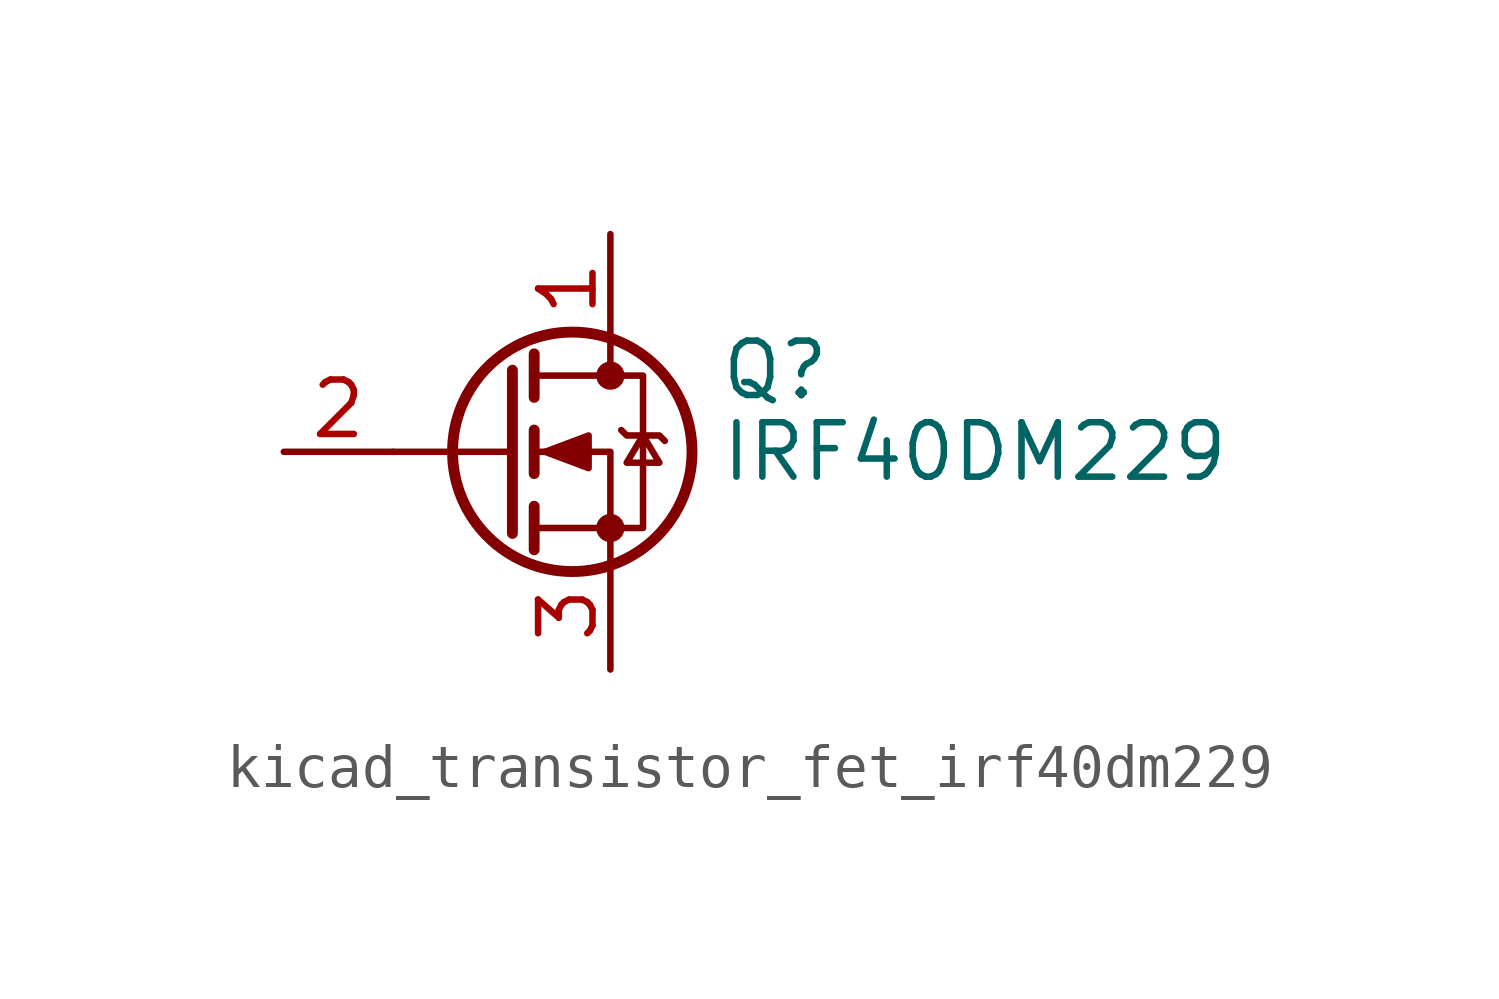
<source format=kicad_sym>
(kicad_symbol_lib
  (version 20220914)
  (generator kicad_symbol_editor)
  (symbol "kicad_transistor_fet_irf40dm229"
    (pin_names hide)
    (property "Reference" "Q"
      (at 5.08 1.905 0)
      (effects (font (size 1.27 1.27)) (justify left)))
    (property "Value" "IRF40DM229"
      (at 5.08 0 0)
      (effects (font (size 1.27 1.27)) (justify left)))
    (symbol "kicad_transistor_fet_irf40dm229_0_1"
      (polyline (pts (xy 0.254 0) (xy -2.54 0)) (stroke (width 0) (type default)) (fill (type none)))
      (polyline (pts (xy 0.254 1.905) (xy 0.254 -1.905)) (stroke (width 0.254) (type default)) (fill (type none)))
      (polyline (pts (xy 0.762 -1.27) (xy 0.762 -2.286)) (stroke (width 0.254) (type default)) (fill (type none)))
      (polyline (pts (xy 0.762 0.508) (xy 0.762 -0.508)) (stroke (width 0.254) (type default)) (fill (type none)))
      (polyline (pts (xy 0.762 2.286) (xy 0.762 1.27)) (stroke (width 0.254) (type default)) (fill (type none)))
      (polyline (pts (xy 2.54 2.54) (xy 2.54 1.778)) (stroke (width 0) (type default)) (fill (type none)))
      (polyline (pts (xy 2.54 -2.54) (xy 2.54 0) (xy 0.762 0)) (stroke (width 0) (type default)) (fill (type none)))
      (polyline (pts (xy 0.762 -1.778) (xy 3.302 -1.778) (xy 3.302 1.778) (xy 0.762 1.778)) (stroke (width 0) (type default)) (fill (type none)))
      (polyline (pts (xy 1.016 0) (xy 2.032 0.381) (xy 2.032 -0.381) (xy 1.016 0)) (stroke (width 0) (type default)) (fill (type outline)))
      (polyline (pts (xy 2.794 0.508) (xy 2.921 0.381) (xy 3.683 0.381) (xy 3.81 0.254)) (stroke (width 0) (type default)) (fill (type none)))
      (polyline (pts (xy 3.302 0.381) (xy 2.921 -0.254) (xy 3.683 -0.254) (xy 3.302 0.381)) (stroke (width 0) (type default)) (fill (type none)))
      (circle (center 1.651 0) (radius 2.794) (stroke (width 0.254) (type default)) (fill (type none)))
      (circle (center 2.54 -1.778) (radius 0.254) (stroke (width 0) (type default)) (fill (type outline)))
      (circle (center 2.54 1.778) (radius 0.254) (stroke (width 0) (type default)) (fill (type outline))))
    (symbol "kicad_transistor_fet_irf40dm229_1_1"
      (pin passive line (at 2.54 5.08 270) (length 2.54) (name "D" (effects (font (size 1.27 1.27)))) (number "1" (effects (font (size 1.27 1.27)))))
      (pin input line (at -5.08 0 0) (length 2.54) (name "G" (effects (font (size 1.27 1.27)))) (number "2" (effects (font (size 1.27 1.27)))))
      (pin passive line (at 2.54 -5.08 90) (length 2.54) (name "S" (effects (font (size 1.27 1.27)))) (number "3" (effects (font (size 1.27 1.27))))))))
</source>
